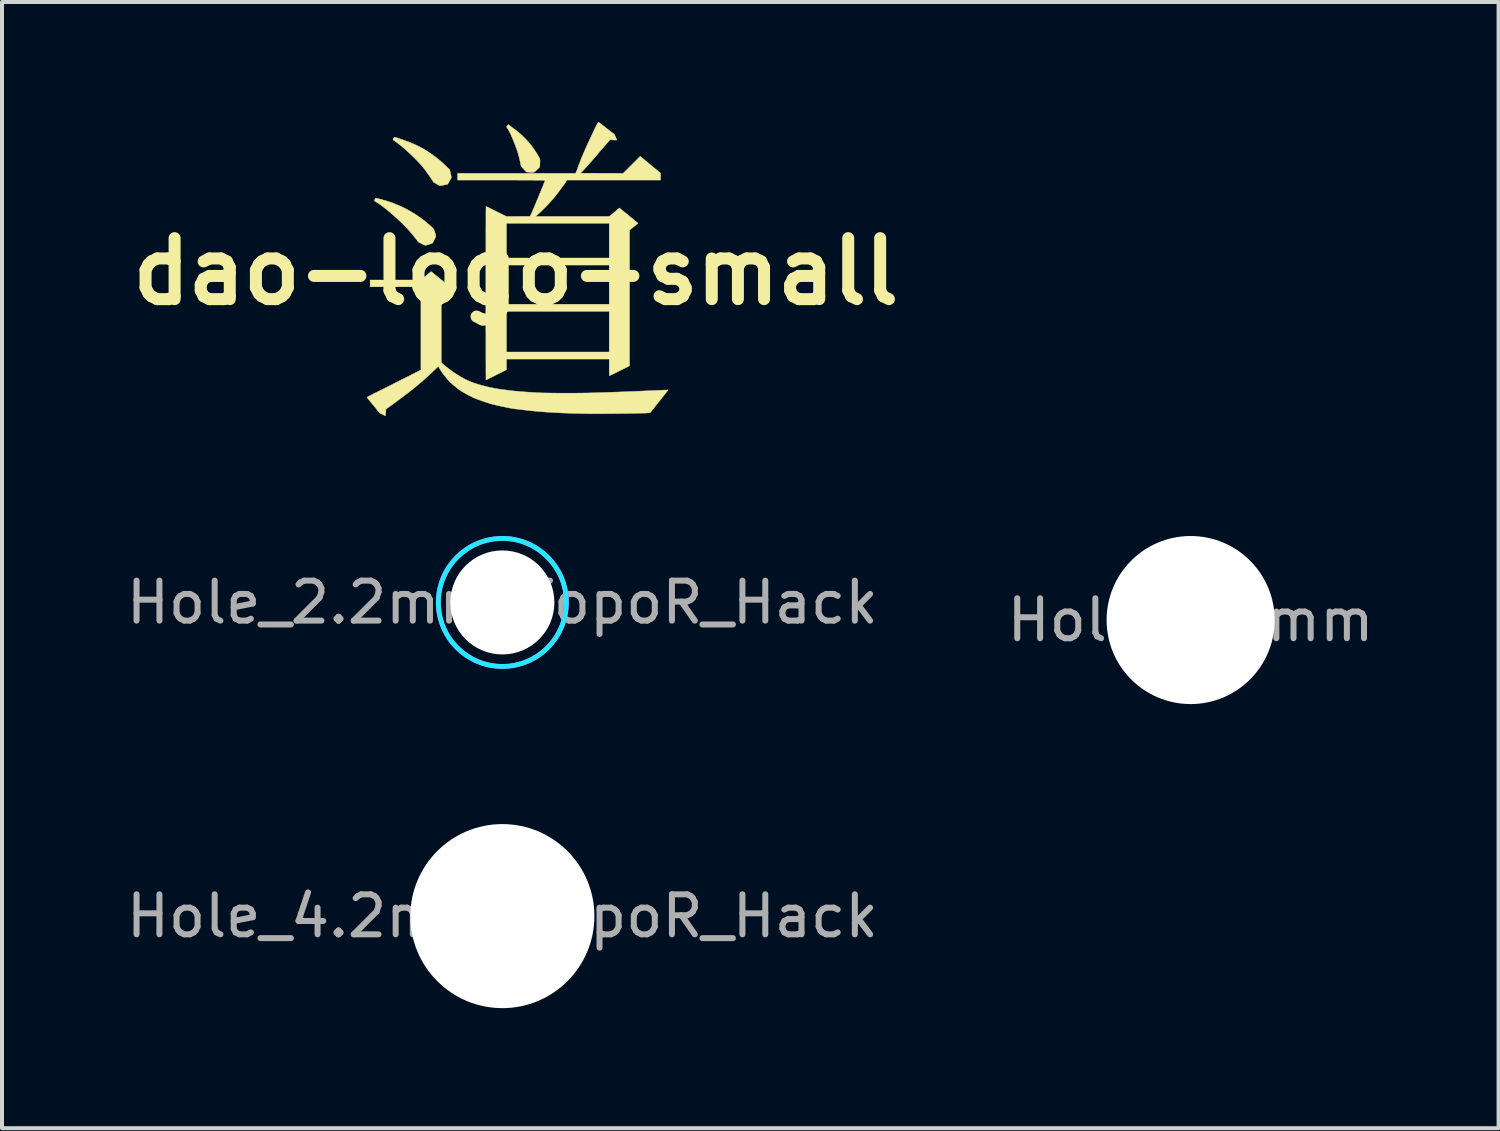
<source format=kicad_pcb>
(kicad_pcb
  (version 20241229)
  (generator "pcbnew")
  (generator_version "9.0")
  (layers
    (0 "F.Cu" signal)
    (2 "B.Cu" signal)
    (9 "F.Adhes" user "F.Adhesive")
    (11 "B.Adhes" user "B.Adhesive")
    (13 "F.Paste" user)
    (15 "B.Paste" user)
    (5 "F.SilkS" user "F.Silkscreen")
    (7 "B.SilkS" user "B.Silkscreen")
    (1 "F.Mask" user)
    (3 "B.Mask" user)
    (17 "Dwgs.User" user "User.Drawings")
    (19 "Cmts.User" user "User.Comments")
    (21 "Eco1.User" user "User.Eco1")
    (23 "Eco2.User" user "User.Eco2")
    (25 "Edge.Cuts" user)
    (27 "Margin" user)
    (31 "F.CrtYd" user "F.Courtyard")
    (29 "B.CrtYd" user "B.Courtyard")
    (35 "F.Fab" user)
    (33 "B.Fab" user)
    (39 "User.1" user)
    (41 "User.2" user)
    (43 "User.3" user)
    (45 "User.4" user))
  (footprint "Hole_2.2mm_TopoR_Hack"
    (layer "F.Cu")
    (at 9.506 12.007)
    (property "Reference" "Hole_2.2mm_TopoR_Hack" (at 0 0 0) (layer "F.Fab") (effects (font (size 1 1) (thickness 0.15))))
    (attr through_hole)
    (fp_circle (center 0 0) (end 0 -1.6) (stroke (width 0.12) (type solid)) (fill no) (layer "B.CrtYd"))
    (fp_circle (center 0 0) (end 0 -1.6) (stroke (width 0.12) (type solid)) (fill no) (layer "F.CrtYd"))
    (pad "" np_thru_hole circle (at 0 0 270) (size 2.6 2.6) (drill 2.6) (layers "*.Cu" "*.Mask")))
  (footprint "dao-logo-small"
    (layer "F.Cu")
    (at 9.841 3.737)
    (property "Reference" "dao-logo-small" (at 0 0 0) (layer "F.SilkS") (effects (font (size 1.524 1.524) (thickness 0.3))))
    (attr through_hole)
    (fp_poly (pts (xy -3.02 -3.356) (xy -2.996 -3.35) (xy -2.963 -3.34) (xy -2.923 -3.327) (xy -2.879 -3.312) (xy -2.831 -3.295) (xy -2.783 -3.279) (xy -2.735 -3.262) (xy -2.691 -3.245) (xy -2.653 -3.231) (xy -2.628 -3.22) (xy -2.534 -3.18) (xy -2.451 -3.142) (xy -2.375 -3.103) (xy -2.301 -3.062) (xy -2.227 -3.017) (xy -2.148 -2.965) (xy -2.106 -2.936) (xy -2.039 -2.888) (xy -1.979 -2.843) (xy -1.923 -2.799) (xy -1.869 -2.751) (xy -1.811 -2.699) (xy -1.758 -2.648) (xy -1.65 -2.544) (xy -1.608 -2.353) (xy -1.702 -2.182) (xy -1.791 -2.163) (xy -1.826 -2.156) (xy -1.856 -2.151) (xy -1.878 -2.147) (xy -1.89 -2.145) (xy -1.891 -2.145) (xy -1.901 -2.148) (xy -1.92 -2.158) (xy -1.946 -2.171) (xy -1.976 -2.188) (xy -1.978 -2.189) (xy -2.055 -2.233) (xy -2.107 -2.312) (xy -2.148 -2.375) (xy -2.193 -2.439) (xy -2.238 -2.501) (xy -2.281 -2.559) (xy -2.321 -2.61) (xy -2.342 -2.635) (xy -2.395 -2.695) (xy -2.456 -2.761) (xy -2.523 -2.829) (xy -2.594 -2.898) (xy -2.667 -2.967) (xy -2.74 -3.034) (xy -2.812 -3.097) (xy -2.88 -3.154) (xy -2.943 -3.203) (xy -2.995 -3.241) (xy -3.022 -3.26) (xy -3.045 -3.276) (xy -3.061 -3.287) (xy -3.068 -3.292) (xy -3.068 -3.292) (xy -3.068 -3.3) (xy -3.062 -3.314) (xy -3.053 -3.332) (xy -3.043 -3.348) (xy -3.035 -3.357) (xy -3.032 -3.358) (xy -3.02 -3.356)) (stroke (width 0.01) (type solid)) (fill yes) (layer "F.SilkS"))
    (fp_poly (pts (xy -0.138 -3.638) (xy -0.109 -3.615) (xy -0.077 -3.59) (xy -0.049 -3.57) (xy 0.012 -3.526) (xy 0.078 -3.472) (xy 0.147 -3.41) (xy 0.216 -3.343) (xy 0.284 -3.273) (xy 0.347 -3.202) (xy 0.364 -3.182) (xy 0.395 -3.142) (xy 0.431 -3.093) (xy 0.468 -3.039) (xy 0.505 -2.983) (xy 0.539 -2.929) (xy 0.567 -2.881) (xy 0.577 -2.862) (xy 0.592 -2.834) (xy 0.6 -2.814) (xy 0.605 -2.795) (xy 0.606 -2.773) (xy 0.606 -2.753) (xy 0.605 -2.718) (xy 0.603 -2.681) (xy 0.601 -2.653) (xy 0.596 -2.606) (xy 0.526 -2.542) (xy 0.5 -2.518) (xy 0.48 -2.5) (xy 0.463 -2.488) (xy 0.447 -2.481) (xy 0.428 -2.478) (xy 0.404 -2.478) (xy 0.372 -2.48) (xy 0.328 -2.483) (xy 0.264 -2.488) (xy 0.225 -2.53) (xy 0.191 -2.567) (xy 0.165 -2.595) (xy 0.147 -2.616) (xy 0.135 -2.631) (xy 0.129 -2.641) (xy 0.127 -2.648) (xy 0.127 -2.648) (xy 0.125 -2.664) (xy 0.121 -2.691) (xy 0.114 -2.726) (xy 0.105 -2.767) (xy 0.095 -2.811) (xy 0.084 -2.855) (xy 0.073 -2.897) (xy 0.063 -2.933) (xy 0.063 -2.935) (xy 0.045 -2.993) (xy 0.023 -3.057) (xy -0.001 -3.125) (xy -0.027 -3.195) (xy -0.055 -3.264) (xy -0.083 -3.331) (xy -0.11 -3.394) (xy -0.136 -3.45) (xy -0.16 -3.499) (xy -0.182 -3.537) (xy -0.195 -3.559) (xy -0.214 -3.585) (xy -0.225 -3.603) (xy -0.229 -3.616) (xy -0.226 -3.627) (xy -0.217 -3.638) (xy -0.208 -3.648) (xy -0.181 -3.676) (xy -0.138 -3.638)) (stroke (width 0.01) (type solid)) (fill yes) (layer "F.SilkS"))
    (fp_poly (pts (xy -3.499 -1.836) (xy -3.48 -1.832) (xy -3.451 -1.826) (xy -3.414 -1.816) (xy -3.372 -1.805) (xy -3.326 -1.793) (xy -3.279 -1.78) (xy -3.233 -1.766) (xy -3.189 -1.753) (xy -3.149 -1.74) (xy -3.116 -1.729) (xy -3.095 -1.722) (xy -2.943 -1.66) (xy -2.8 -1.595) (xy -2.664 -1.523) (xy -2.53 -1.444) (xy -2.508 -1.43) (xy -2.442 -1.385) (xy -2.37 -1.334) (xy -2.297 -1.279) (xy -2.226 -1.223) (xy -2.161 -1.167) (xy -2.104 -1.116) (xy -2.098 -1.11) (xy -2.077 -1.09) (xy -2.062 -1.073) (xy -2.051 -1.058) (xy -2.042 -1.04) (xy -2.033 -1.016) (xy -2.023 -0.981) (xy -2.022 -0.98) (xy -2.012 -0.947) (xy -2.004 -0.918) (xy -1.999 -0.897) (xy -1.997 -0.886) (xy -2 -0.876) (xy -2.008 -0.856) (xy -2.02 -0.828) (xy -2.036 -0.797) (xy -2.038 -0.792) (xy -2.08 -0.709) (xy -2.142 -0.689) (xy -2.184 -0.675) (xy -2.214 -0.665) (xy -2.237 -0.659) (xy -2.255 -0.657) (xy -2.272 -0.659) (xy -2.29 -0.665) (xy -2.311 -0.676) (xy -2.34 -0.69) (xy -2.348 -0.694) (xy -2.435 -0.738) (xy -2.49 -0.81) (xy -2.537 -0.87) (xy -2.581 -0.925) (xy -2.625 -0.978) (xy -2.671 -1.03) (xy -2.722 -1.084) (xy -2.78 -1.144) (xy -2.825 -1.19) (xy -2.895 -1.258) (xy -2.97 -1.328) (xy -3.047 -1.397) (xy -3.126 -1.465) (xy -3.204 -1.53) (xy -3.279 -1.591) (xy -3.35 -1.645) (xy -3.415 -1.691) (xy -3.461 -1.721) (xy -3.488 -1.739) (xy -3.511 -1.753) (xy -3.527 -1.763) (xy -3.533 -1.768) (xy -3.532 -1.774) (xy -3.527 -1.789) (xy -3.52 -1.808) (xy -3.513 -1.825) (xy -3.508 -1.835) (xy -3.507 -1.836) (xy -3.499 -1.836)) (stroke (width 0.01) (type solid)) (fill yes) (layer "F.SilkS"))
    (fp_poly (pts (xy -1.884 0.188) (xy -1.835 0.228) (xy -1.789 0.266) (xy -1.748 0.3) (xy -1.713 0.329) (xy -1.685 0.352) (xy -1.665 0.369) (xy -1.654 0.379) (xy -1.652 0.381) (xy -1.657 0.386) (xy -1.672 0.399) (xy -1.694 0.417) (xy -1.722 0.44) (xy -1.755 0.466) (xy -1.757 0.468) (xy -1.863 0.552) (xy -1.862 1.414) (xy -1.862 2.275) (xy -1.786 2.341) (xy -1.714 2.4) (xy -1.633 2.462) (xy -1.547 2.523) (xy -1.459 2.581) (xy -1.373 2.633) (xy -1.363 2.639) (xy -1.283 2.683) (xy -1.201 2.723) (xy -1.115 2.759) (xy -1.024 2.792) (xy -0.924 2.824) (xy -0.814 2.854) (xy -0.744 2.872) (xy -0.688 2.885) (xy -0.639 2.897) (xy -0.593 2.906) (xy -0.549 2.915) (xy -0.503 2.923) (xy -0.453 2.932) (xy -0.396 2.94) (xy -0.329 2.949) (xy -0.286 2.955) (xy -0.17 2.971) (xy -0.064 2.983) (xy 0.037 2.993) (xy 0.137 3.002) (xy 0.198 3.006) (xy 0.258 3.01) (xy 0.318 3.014) (xy 0.375 3.018) (xy 0.428 3.021) (xy 0.472 3.024) (xy 0.506 3.026) (xy 0.512 3.027) (xy 0.553 3.029) (xy 0.606 3.031) (xy 0.671 3.033) (xy 0.746 3.034) (xy 0.829 3.036) (xy 0.919 3.037) (xy 1.014 3.038) (xy 1.113 3.038) (xy 1.214 3.039) (xy 1.317 3.039) (xy 1.418 3.038) (xy 1.518 3.038) (xy 1.615 3.037) (xy 1.706 3.036) (xy 1.792 3.035) (xy 1.799 3.034) (xy 1.887 3.032) (xy 1.988 3.03) (xy 2.101 3.026) (xy 2.225 3.022) (xy 2.358 3.018) (xy 2.5 3.013) (xy 2.65 3.007) (xy 2.806 3.001) (xy 2.968 2.995) (xy 3.134 2.988) (xy 3.303 2.98) (xy 3.474 2.973) (xy 3.598 2.967) (xy 3.651 2.965) (xy 3.699 2.963) (xy 3.74 2.961) (xy 3.773 2.96) (xy 3.796 2.959) (xy 3.807 2.959) (xy 3.808 2.959) (xy 3.804 2.965) (xy 3.792 2.981) (xy 3.773 3.005) (xy 3.748 3.038) (xy 3.717 3.077) (xy 3.681 3.122) (xy 3.641 3.173) (xy 3.599 3.227) (xy 3.583 3.246) (xy 3.357 3.531) (xy 3.264 3.536) (xy 3.242 3.537) (xy 3.206 3.538) (xy 3.16 3.539) (xy 3.103 3.54) (xy 3.038 3.542) (xy 2.966 3.543) (xy 2.888 3.545) (xy 2.805 3.546) (xy 2.72 3.548) (xy 2.66 3.549) (xy 2.381 3.552) (xy 2.115 3.554) (xy 1.861 3.553) (xy 1.618 3.549) (xy 1.387 3.543) (xy 1.165 3.535) (xy 0.951 3.524) (xy 0.746 3.511) (xy 0.549 3.495) (xy 0.358 3.477) (xy 0.212 3.46) (xy 0.134 3.451) (xy 0.068 3.443) (xy 0.012 3.436) (xy -0.037 3.43) (xy -0.081 3.423) (xy -0.121 3.417) (xy -0.161 3.41) (xy -0.203 3.402) (xy -0.247 3.392) (xy -0.298 3.381) (xy -0.357 3.369) (xy -0.374 3.365) (xy -0.443 3.349) (xy -0.501 3.336) (xy -0.55 3.325) (xy -0.593 3.314) (xy -0.633 3.303) (xy -0.671 3.291) (xy -0.712 3.279) (xy -0.757 3.263) (xy -0.808 3.246) (xy -0.843 3.233) (xy -0.903 3.212) (xy -0.952 3.194) (xy -0.993 3.179) (xy -1.029 3.165) (xy -1.061 3.151) (xy -1.093 3.136) (xy -1.127 3.118) (xy -1.166 3.098) (xy -1.212 3.073) (xy -1.223 3.067) (xy -1.274 3.039) (xy -1.316 3.015) (xy -1.351 2.995) (xy -1.381 2.976) (xy -1.409 2.957) (xy -1.438 2.935) (xy -1.47 2.91) (xy -1.508 2.879) (xy -1.519 2.87) (xy -1.563 2.834) (xy -1.598 2.803) (xy -1.628 2.777) (xy -1.654 2.75) (xy -1.681 2.722) (xy -1.709 2.689) (xy -1.743 2.649) (xy -1.748 2.643) (xy -1.801 2.577) (xy -1.845 2.517) (xy -1.879 2.466) (xy -1.891 2.446) (xy -1.935 2.37) (xy -1.953 2.386) (xy -1.965 2.396) (xy -1.984 2.414) (xy -2.009 2.438) (xy -2.038 2.466) (xy -2.06 2.487) (xy -2.136 2.559) (xy -2.22 2.636) (xy -2.309 2.715) (xy -2.399 2.793) (xy -2.486 2.867) (xy -2.562 2.929) (xy -2.59 2.951) (xy -2.628 2.981) (xy -2.673 3.016) (xy -2.725 3.055) (xy -2.781 3.097) (xy -2.839 3.141) (xy -2.898 3.186) (xy -2.956 3.229) (xy -3.011 3.27) (xy -3.062 3.307) (xy -3.106 3.34) (xy -3.143 3.366) (xy -3.166 3.382) (xy -3.244 3.436) (xy -3.249 3.521) (xy -3.252 3.553) (xy -3.254 3.58) (xy -3.257 3.598) (xy -3.259 3.605) (xy -3.259 3.605) (xy -3.267 3.602) (xy -3.284 3.594) (xy -3.309 3.582) (xy -3.329 3.572) (xy -3.395 3.541) (xy -3.53 3.377) (xy -3.577 3.321) (xy -3.615 3.275) (xy -3.646 3.237) (xy -3.67 3.208) (xy -3.689 3.185) (xy -3.702 3.168) (xy -3.71 3.157) (xy -3.714 3.149) (xy -3.716 3.144) (xy -3.715 3.141) (xy -3.712 3.139) (xy -3.709 3.137) (xy -3.707 3.136) (xy -3.697 3.13) (xy -3.677 3.119) (xy -3.647 3.103) (xy -3.61 3.084) (xy -3.568 3.063) (xy -3.521 3.04) (xy -3.521 3.04) (xy -3.486 3.022) (xy -3.439 2.999) (xy -3.384 2.971) (xy -3.32 2.939) (xy -3.249 2.903) (xy -3.173 2.865) (xy -3.093 2.825) (xy -3.011 2.783) (xy -2.928 2.741) (xy -2.859 2.707) (xy -2.371 2.459) (xy -2.371 1.42) (xy -2.371 0.381) (xy -3.641 0.381) (xy -3.641 0.212) (xy -2.372 0.212) (xy -2.117 -0.001) (xy -1.884 0.188)) (stroke (width 0.01) (type solid)) (fill yes) (layer "F.SilkS"))
    (fp_poly (pts (xy 2.075 -3.728) (xy 2.092 -3.716) (xy 2.117 -3.698) (xy 2.15 -3.673) (xy 2.188 -3.644) (xy 2.231 -3.611) (xy 2.27 -3.58) (xy 2.466 -3.428) (xy 2.496 -3.36) (xy 2.508 -3.332) (xy 2.518 -3.309) (xy 2.524 -3.293) (xy 2.526 -3.289) (xy 2.519 -3.287) (xy 2.501 -3.287) (xy 2.475 -3.287) (xy 2.442 -3.289) (xy 2.439 -3.289) (xy 2.353 -3.293) (xy 2.332 -3.268) (xy 2.321 -3.255) (xy 2.302 -3.233) (xy 2.278 -3.205) (xy 2.249 -3.172) (xy 2.219 -3.137) (xy 2.212 -3.129) (xy 2.176 -3.088) (xy 2.137 -3.043) (xy 2.099 -2.999) (xy 2.064 -2.958) (xy 2.039 -2.928) (xy 1.998 -2.879) (xy 1.952 -2.826) (xy 1.903 -2.77) (xy 1.854 -2.714) (xy 1.806 -2.659) (xy 1.761 -2.609) (xy 1.721 -2.566) (xy 1.687 -2.53) (xy 1.683 -2.526) (xy 1.619 -2.459) (xy 2.152 -2.457) (xy 2.684 -2.455) (xy 2.897 -2.668) (xy 3.11 -2.881) (xy 3.364 -2.67) (xy 3.619 -2.459) (xy 3.619 -2.372) (xy 3.619 -2.286) (xy 1.279 -2.286) (xy 1.235 -2.218) (xy 1.215 -2.189) (xy 1.188 -2.15) (xy 1.155 -2.106) (xy 1.119 -2.057) (xy 1.081 -2.006) (xy 1.043 -1.956) (xy 1.006 -1.909) (xy 0.973 -1.867) (xy 0.949 -1.838) (xy 0.883 -1.761) (xy 0.811 -1.682) (xy 0.736 -1.604) (xy 0.661 -1.529) (xy 0.589 -1.461) (xy 0.523 -1.402) (xy 0.491 -1.376) (xy 1.414 -1.376) (xy 2.336 -1.376) (xy 2.463 -1.482) (xy 2.59 -1.589) (xy 2.62 -1.565) (xy 2.677 -1.518) (xy 2.733 -1.472) (xy 2.789 -1.427) (xy 2.842 -1.383) (xy 2.891 -1.343) (xy 2.936 -1.306) (xy 2.975 -1.274) (xy 3.007 -1.247) (xy 3.032 -1.226) (xy 3.047 -1.213) (xy 3.053 -1.207) (xy 3.053 -1.207) (xy 3.049 -1.202) (xy 3.034 -1.189) (xy 3.012 -1.17) (xy 2.984 -1.147) (xy 2.952 -1.121) (xy 2.949 -1.119) (xy 2.843 -1.035) (xy 2.843 2.357) (xy 2.596 2.48) (xy 2.542 2.507) (xy 2.491 2.532) (xy 2.445 2.555) (xy 2.406 2.574) (xy 2.375 2.589) (xy 2.354 2.599) (xy 2.343 2.603) (xy 2.342 2.603) (xy 2.34 2.597) (xy 2.338 2.576) (xy 2.337 2.542) (xy 2.336 2.495) (xy 2.335 2.436) (xy 2.335 2.395) (xy 2.335 2.187) (xy -0.233 2.187) (xy -0.233 2.455) (xy -0.487 2.582) (xy -0.542 2.61) (xy -0.594 2.636) (xy -0.64 2.658) (xy -0.679 2.678) (xy -0.71 2.693) (xy -0.732 2.704) (xy -0.743 2.709) (xy -0.744 2.709) (xy -0.745 2.702) (xy -0.745 2.682) (xy -0.745 2.648) (xy -0.745 2.602) (xy -0.746 2.544) (xy -0.746 2.475) (xy -0.746 2.394) (xy -0.746 2.304) (xy -0.747 2.203) (xy -0.747 2.094) (xy -0.747 1.975) (xy -0.747 1.848) (xy -0.747 1.714) (xy -0.747 1.573) (xy -0.748 1.425) (xy -0.748 1.271) (xy -0.748 1.111) (xy -0.748 0.995) (xy -0.233 0.995) (xy -0.233 2.011) (xy 2.335 2.011) (xy 2.335 0.995) (xy -0.233 0.995) (xy -0.748 0.995) (xy -0.748 0.947) (xy -0.748 0.778) (xy -0.748 0.605) (xy -0.748 0.54) (xy -0.748 0.366) (xy -0.748 0.195) (xy -0.748 0.029) (xy -0.748 -0.132) (xy -0.748 -0.162) (xy -0.233 -0.162) (xy -0.233 0.818) (xy 2.335 0.818) (xy 2.335 -0.162) (xy -0.233 -0.162) (xy -0.748 -0.162) (xy -0.748 -0.288) (xy -0.748 -0.439) (xy -0.747 -0.583) (xy -0.747 -0.72) (xy -0.747 -0.849) (xy -0.747 -0.971) (xy -0.747 -1.084) (xy -0.746 -1.188) (xy -0.746 -1.206) (xy -0.233 -1.206) (xy -0.233 -0.339) (xy 2.335 -0.339) (xy 2.335 -1.206) (xy -0.233 -1.206) (xy -0.746 -1.206) (xy -0.746 -1.282) (xy -0.746 -1.366) (xy -0.746 -1.44) (xy -0.746 -1.502) (xy -0.745 -1.553) (xy -0.745 -1.591) (xy -0.745 -1.617) (xy -0.744 -1.629) (xy -0.744 -1.63) (xy -0.737 -1.627) (xy -0.719 -1.618) (xy -0.691 -1.604) (xy -0.655 -1.586) (xy -0.611 -1.565) (xy -0.561 -1.54) (xy -0.507 -1.513) (xy -0.487 -1.503) (xy -0.233 -1.376) (xy 0.356 -1.379) (xy 0.376 -1.418) (xy 0.385 -1.437) (xy 0.398 -1.466) (xy 0.415 -1.505) (xy 0.435 -1.551) (xy 0.458 -1.604) (xy 0.482 -1.662) (xy 0.508 -1.724) (xy 0.535 -1.789) (xy 0.563 -1.854) (xy 0.59 -1.92) (xy 0.616 -1.984) (xy 0.641 -2.045) (xy 0.664 -2.102) (xy 0.685 -2.153) (xy 0.703 -2.198) (xy 0.717 -2.234) (xy 0.727 -2.26) (xy 0.733 -2.276) (xy 0.734 -2.28) (xy 0.727 -2.281) (xy 0.706 -2.281) (xy 0.673 -2.282) (xy 0.628 -2.283) (xy 0.571 -2.283) (xy 0.503 -2.284) (xy 0.425 -2.284) (xy 0.337 -2.285) (xy 0.24 -2.285) (xy 0.135 -2.285) (xy 0.022 -2.286) (xy -0.097 -2.286) (xy -0.224 -2.286) (xy -0.356 -2.286) (xy -1.453 -2.286) (xy -1.453 -2.455) (xy 1.496 -2.455) (xy 1.511 -2.489) (xy 1.519 -2.508) (xy 1.53 -2.537) (xy 1.543 -2.572) (xy 1.556 -2.609) (xy 1.559 -2.618) (xy 1.587 -2.693) (xy 1.617 -2.772) (xy 1.65 -2.855) (xy 1.688 -2.943) (xy 1.729 -3.038) (xy 1.775 -3.141) (xy 1.826 -3.253) (xy 1.883 -3.375) (xy 1.939 -3.493) (xy 1.969 -3.555) (xy 1.993 -3.607) (xy 2.014 -3.647) (xy 2.03 -3.679) (xy 2.042 -3.701) (xy 2.052 -3.717) (xy 2.059 -3.727) (xy 2.065 -3.731) (xy 2.068 -3.732) (xy 2.075 -3.728)) (stroke (width 0.01) (type solid)) (fill yes) (layer "F.SilkS")))
  (footprint "Hole_4.2mm"
    (layer "F.Cu")
    (at 26.708 12.447)
    (property "Reference" "Hole_4.2mm" (at 0 0 0) (layer "F.Fab") (effects (font (size 1 1) (thickness 0.15))))
    (attr through_hole)
    (pad "" np_thru_hole circle (at 0 0 270) (size 4.2 4.2) (drill 4.2) (layers "*.Cu" "*.Mask")))
  (footprint "Hole_4.2mm_TopoR_Hack"
    (layer "F.Cu")
    (at 9.506 19.847)
    (property "Reference" "Hole_4.2mm_TopoR_Hack" (at 0 0 0) (layer "F.Fab") (effects (font (size 1 1) (thickness 0.15))))
    (attr through_hole)
    (pad "" np_thru_hole circle (at 0 0 270) (size 4.6 4.6) (drill 4.6) (layers "*.Cu" "*.Mask")))
  (gr_rect
    (start -3 -3)
    (end 34.405 25.147)
    (stroke (width 0.1) (type default))
    (fill no)
    (layer "Edge.Cuts")))
</source>
